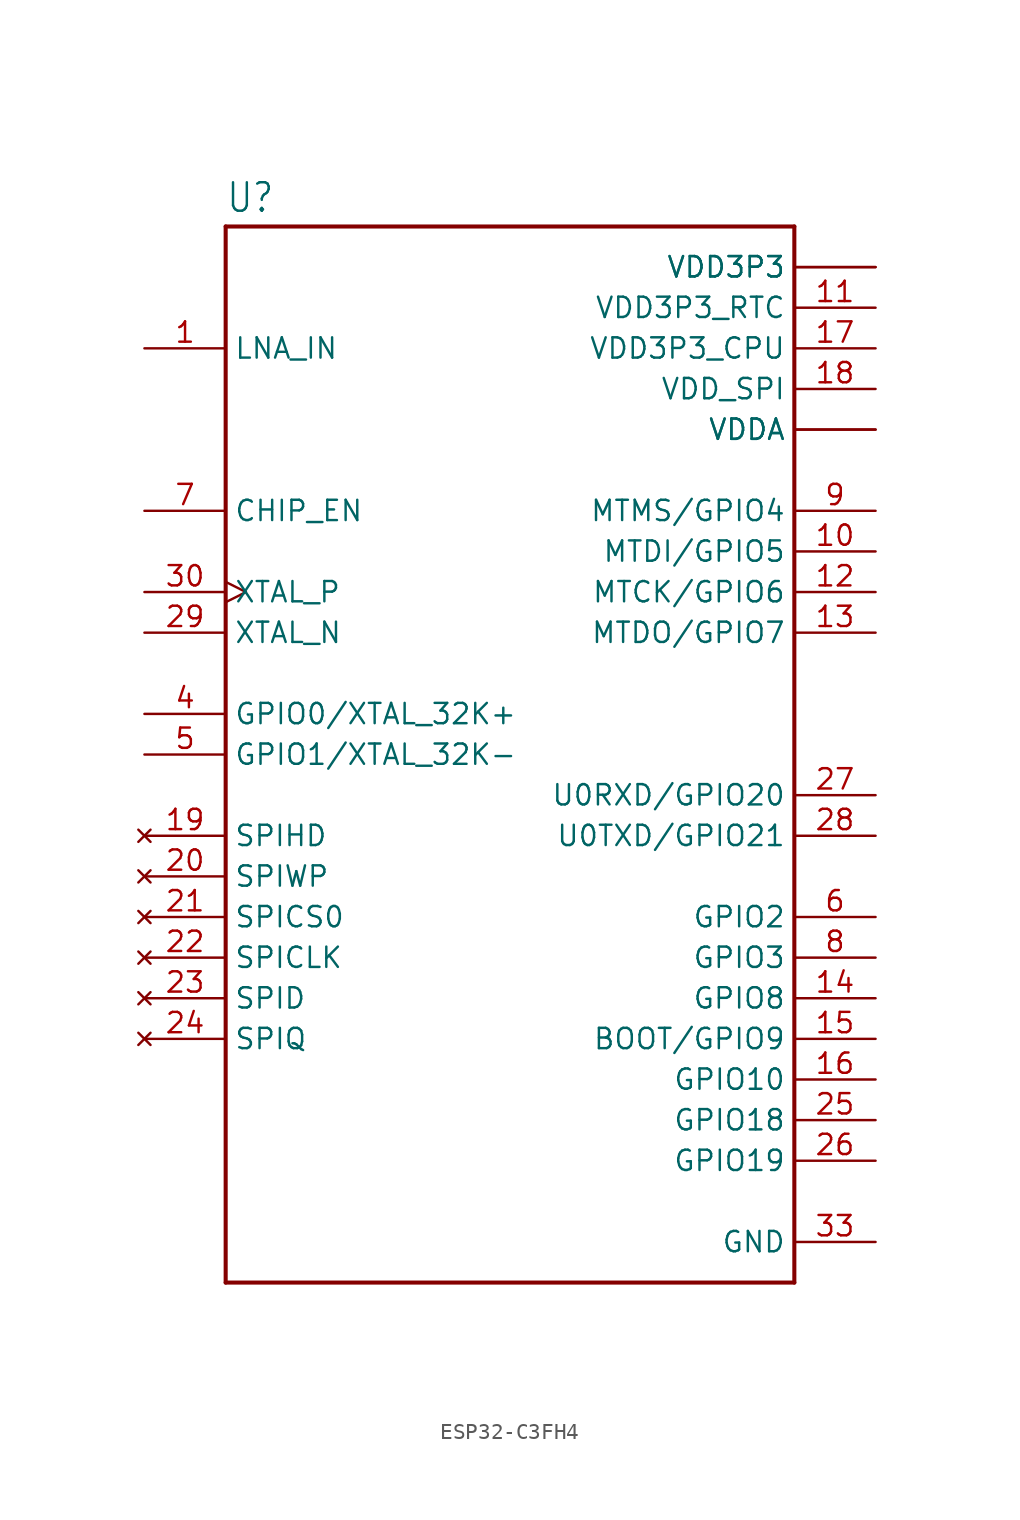
<source format=kicad_sym>
(kicad_symbol_lib
  (version 20231120)
  (generator "kicad_symbol_editor")
  (generator_version "8.0")
  (symbol "ESP32-C3FH4"
    (property "Reference" "U"
      (at -17.78 33.782 0)
      (effects (font (size 1.778 1.511)) (justify left bottom)))
    (property "Value" ""
      (at -17.78 -33.782 0)
      (effects (font (size 1.778 1.511)) (justify left top)))
    (property "ki_locked" ""
      (at 0 0 0)
      (effects (font (size 1.27 1.27))))
    (symbol "ESP32-C3FH4_1_0"
      (polyline (pts (xy -17.78 33.02) (xy -17.78 -33.02)) (stroke (width 0.254) (type solid)) (fill (type none)))
      (polyline (pts (xy -17.78 33.02) (xy 17.78 33.02)) (stroke (width 0.254) (type solid)) (fill (type none)))
      (polyline (pts (xy 17.78 -33.02) (xy -17.78 -33.02)) (stroke (width 0.254) (type solid)) (fill (type none)))
      (polyline (pts (xy 17.78 -33.02) (xy 17.78 33.02)) (stroke (width 0.254) (type solid)) (fill (type none)))
      (pin bidirectional line (at -22.86 25.4 0) (length 5.08) (name "LNA_IN" (effects (font (size 1.27 1.27)))) (number "1" (effects (font (size 1.27 1.27)))))
      (pin bidirectional line (at 22.86 12.7 180) (length 5.08) (name "MTDI/GPIO5" (effects (font (size 1.27 1.27)))) (number "10" (effects (font (size 1.27 1.27)))))
      (pin power_in line (at 22.86 27.94 180) (length 5.08) (name "VDD3P3_RTC" (effects (font (size 1.27 1.27)))) (number "11" (effects (font (size 1.27 1.27)))))
      (pin bidirectional line (at 22.86 10.16 180) (length 5.08) (name "MTCK/GPIO6" (effects (font (size 1.27 1.27)))) (number "12" (effects (font (size 1.27 1.27)))))
      (pin bidirectional line (at 22.86 7.62 180) (length 5.08) (name "MTDO/GPIO7" (effects (font (size 1.27 1.27)))) (number "13" (effects (font (size 1.27 1.27)))))
      (pin bidirectional line (at 22.86 -15.24 180) (length 5.08) (name "GPIO8" (effects (font (size 1.27 1.27)))) (number "14" (effects (font (size 1.27 1.27)))))
      (pin bidirectional line (at 22.86 -17.78 180) (length 5.08) (name "BOOT/GPIO9" (effects (font (size 1.27 1.27)))) (number "15" (effects (font (size 1.27 1.27)))))
      (pin bidirectional line (at 22.86 -20.32 180) (length 5.08) (name "GPIO10" (effects (font (size 1.27 1.27)))) (number "16" (effects (font (size 1.27 1.27)))))
      (pin power_in line (at 22.86 25.4 180) (length 5.08) (name "VDD3P3_CPU" (effects (font (size 1.27 1.27)))) (number "17" (effects (font (size 1.27 1.27)))))
      (pin power_in line (at 22.86 22.86 180) (length 5.08) (name "VDD_SPI" (effects (font (size 1.27 1.27)))) (number "18" (effects (font (size 1.27 1.27)))))
      (pin no_connect line (at -22.86 -5.08 0) (length 5.08) (name "SPIHD" (effects (font (size 1.27 1.27)))) (number "19" (effects (font (size 1.27 1.27)))))
      (pin power_in line (at 22.86 30.48 180) (length 5.08) (name "VDD3P3" (effects (font (size 1.27 1.27)))) (number "2" (effects (font (size 0 0)))))
      (pin no_connect line (at -22.86 -7.62 0) (length 5.08) (name "SPIWP" (effects (font (size 1.27 1.27)))) (number "20" (effects (font (size 1.27 1.27)))))
      (pin no_connect line (at -22.86 -10.16 0) (length 5.08) (name "SPICS0" (effects (font (size 1.27 1.27)))) (number "21" (effects (font (size 1.27 1.27)))))
      (pin no_connect line (at -22.86 -12.7 0) (length 5.08) (name "SPICLK" (effects (font (size 1.27 1.27)))) (number "22" (effects (font (size 1.27 1.27)))))
      (pin no_connect line (at -22.86 -15.24 0) (length 5.08) (name "SPID" (effects (font (size 1.27 1.27)))) (number "23" (effects (font (size 1.27 1.27)))))
      (pin no_connect line (at -22.86 -17.78 0) (length 5.08) (name "SPIQ" (effects (font (size 1.27 1.27)))) (number "24" (effects (font (size 1.27 1.27)))))
      (pin bidirectional line (at 22.86 -22.86 180) (length 5.08) (name "GPIO18" (effects (font (size 1.27 1.27)))) (number "25" (effects (font (size 1.27 1.27)))))
      (pin bidirectional line (at 22.86 -25.4 180) (length 5.08) (name "GPIO19" (effects (font (size 1.27 1.27)))) (number "26" (effects (font (size 1.27 1.27)))))
      (pin bidirectional line (at 22.86 -2.54 180) (length 5.08) (name "U0RXD/GPIO20" (effects (font (size 1.27 1.27)))) (number "27" (effects (font (size 1.27 1.27)))))
      (pin bidirectional line (at 22.86 -5.08 180) (length 5.08) (name "U0TXD/GPIO21" (effects (font (size 1.27 1.27)))) (number "28" (effects (font (size 1.27 1.27)))))
      (pin output line (at -22.86 7.62 0) (length 5.08) (name "XTAL_N" (effects (font (size 1.27 1.27)))) (number "29" (effects (font (size 1.27 1.27)))))
      (pin power_in line (at 22.86 30.48 180) (length 5.08) (name "VDD3P3" (effects (font (size 1.27 1.27)))) (number "3" (effects (font (size 0 0)))))
      (pin input clock (at -22.86 10.16 0) (length 5.08) (name "XTAL_P" (effects (font (size 1.27 1.27)))) (number "30" (effects (font (size 1.27 1.27)))))
      (pin power_in line (at 22.86 20.32 180) (length 5.08) (name "VDDA" (effects (font (size 1.27 1.27)))) (number "31" (effects (font (size 0 0)))))
      (pin power_in line (at 22.86 20.32 180) (length 5.08) (name "VDDA" (effects (font (size 1.27 1.27)))) (number "32" (effects (font (size 0 0)))))
      (pin power_in line (at 22.86 -30.48 180) (length 5.08) (name "GND" (effects (font (size 1.27 1.27)))) (number "33" (effects (font (size 1.27 1.27)))))
      (pin bidirectional line (at -22.86 2.54 0) (length 5.08) (name "GPIO0/XTAL_32K+" (effects (font (size 1.27 1.27)))) (number "4" (effects (font (size 1.27 1.27)))))
      (pin bidirectional line (at -22.86 0 0) (length 5.08) (name "GPIO1/XTAL_32K-" (effects (font (size 1.27 1.27)))) (number "5" (effects (font (size 1.27 1.27)))))
      (pin bidirectional line (at 22.86 -10.16 180) (length 5.08) (name "GPIO2" (effects (font (size 1.27 1.27)))) (number "6" (effects (font (size 1.27 1.27)))))
      (pin input line (at -22.86 15.24 0) (length 5.08) (name "CHIP_EN" (effects (font (size 1.27 1.27)))) (number "7" (effects (font (size 1.27 1.27)))))
      (pin bidirectional line (at 22.86 -12.7 180) (length 5.08) (name "GPIO3" (effects (font (size 1.27 1.27)))) (number "8" (effects (font (size 1.27 1.27)))))
      (pin bidirectional line (at 22.86 15.24 180) (length 5.08) (name "MTMS/GPIO4" (effects (font (size 1.27 1.27)))) (number "9" (effects (font (size 1.27 1.27))))))))
</source>
